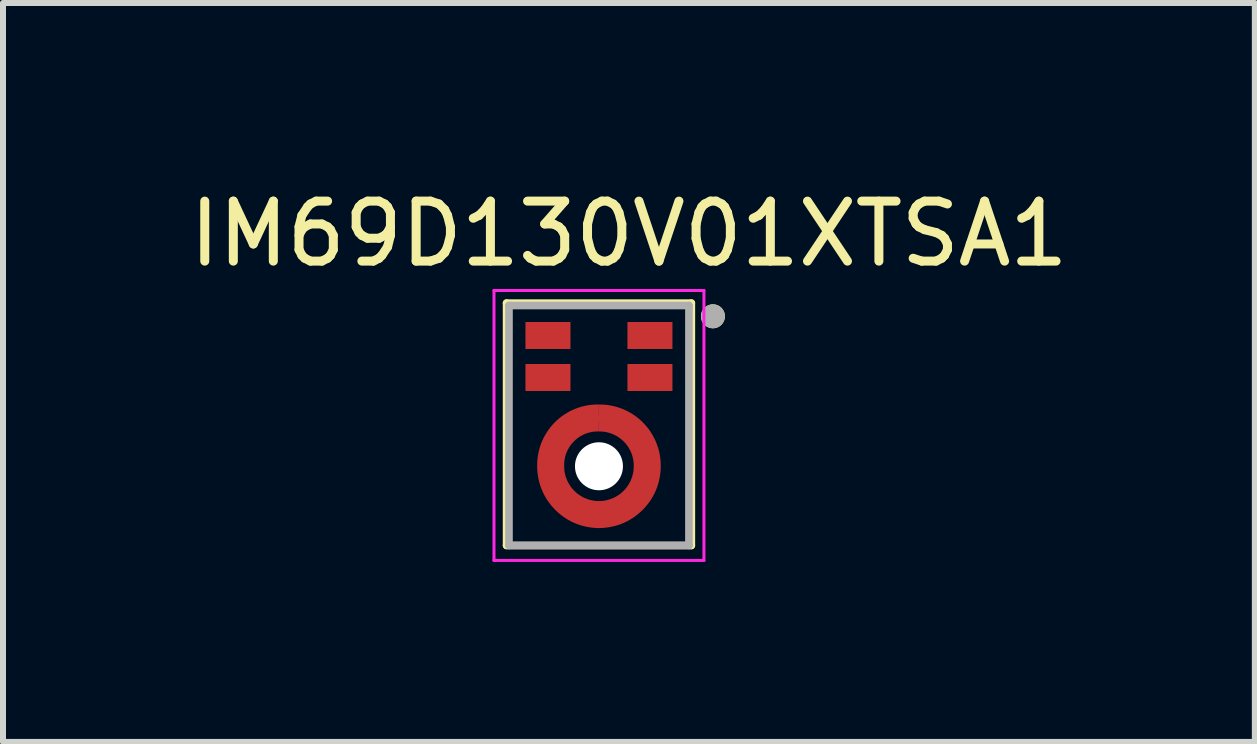
<source format=kicad_pcb>
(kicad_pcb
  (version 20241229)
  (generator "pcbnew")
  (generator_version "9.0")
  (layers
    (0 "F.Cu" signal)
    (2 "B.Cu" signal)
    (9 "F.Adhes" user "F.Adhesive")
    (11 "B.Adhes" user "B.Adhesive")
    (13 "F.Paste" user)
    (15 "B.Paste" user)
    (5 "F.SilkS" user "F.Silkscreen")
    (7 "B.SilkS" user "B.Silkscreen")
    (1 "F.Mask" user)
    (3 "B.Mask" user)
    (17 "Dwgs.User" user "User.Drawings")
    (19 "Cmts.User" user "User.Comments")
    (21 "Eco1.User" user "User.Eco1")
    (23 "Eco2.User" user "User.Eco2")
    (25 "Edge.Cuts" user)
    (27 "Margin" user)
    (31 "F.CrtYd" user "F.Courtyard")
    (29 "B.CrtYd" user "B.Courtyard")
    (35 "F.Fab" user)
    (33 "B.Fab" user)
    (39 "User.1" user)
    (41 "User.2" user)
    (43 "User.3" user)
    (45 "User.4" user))
  (footprint "IM69D130V01XTSA1"
    (layer "F.Cu")
    (at 6.935 4.043)
    (property "Reference" "IM69D130V01XTSA1" (at 0.5 -3.195 0) (layer "F.SilkS") (effects (font (size 1 1) (thickness 0.15))))
    (attr through_hole)
    (fp_poly (pts (xy 0.001 0.1) (xy 0.001 -0.35) (xy 0.046 -0.349) (xy 0.099 -0.346) (xy 0.152 -0.34) (xy 0.205 -0.331) (xy 0.257 -0.32) (xy 0.309 -0.305) (xy 0.359 -0.289) (xy 0.409 -0.269) (xy 0.457 -0.247) (xy 0.505 -0.222) (xy 0.551 -0.195) (xy 0.595 -0.166) (xy 0.638 -0.134) (xy 0.679 -0.1) (xy 0.719 -0.064) (xy 0.756 -0.026) (xy 0.792 0.014) (xy 0.825 0.056) (xy 0.856 0.099) (xy 0.884 0.144) (xy 0.911 0.191) (xy 0.935 0.239) (xy 0.956 0.288) (xy 0.974 0.338) (xy 0.991 0.388) (xy 1.004 0.44) (xy 1.015 0.492) (xy 1.022 0.545) (xy 1.028 0.598) (xy 1.03 0.66) (xy 1.03 0.68) (xy 1.029 0.734) (xy 1.024 0.788) (xy 1.017 0.841) (xy 1.007 0.894) (xy 0.995 0.947) (xy 0.98 0.998) (xy 0.962 1.049) (xy 0.941 1.099) (xy 0.918 1.148) (xy 0.892 1.195) (xy 0.864 1.241) (xy 0.833 1.285) (xy 0.8 1.328) (xy 0.765 1.369) (xy 0.728 1.408) (xy 0.689 1.445) (xy 0.648 1.48) (xy 0.605 1.513) (xy 0.561 1.544) (xy 0.515 1.572) (xy 0.468 1.598) (xy 0.419 1.621) (xy 0.369 1.642) (xy 0.318 1.66) (xy 0.267 1.675) (xy 0.214 1.687) (xy 0.161 1.697) (xy 0.108 1.704) (xy 0.054 1.709) (xy 0 1.71) (xy -0.054 1.709) (xy -0.108 1.704) (xy -0.161 1.697) (xy -0.214 1.687) (xy -0.267 1.675) (xy -0.318 1.66) (xy -0.369 1.642) (xy -0.419 1.621) (xy -0.468 1.598) (xy -0.515 1.572) (xy -0.561 1.544) (xy -0.605 1.513) (xy -0.648 1.48) (xy -0.689 1.445) (xy -0.728 1.408) (xy -0.765 1.369) (xy -0.8 1.328) (xy -0.833 1.285) (xy -0.864 1.241) (xy -0.892 1.195) (xy -0.918 1.148) (xy -0.941 1.099) (xy -0.962 1.049) (xy -0.98 0.998) (xy -0.995 0.947) (xy -1.007 0.894) (xy -1.017 0.841) (xy -1.024 0.788) (xy -1.029 0.734) (xy -1.03 0.68) (xy -1.03 0.66) (xy -1.029 0.607) (xy -1.024 0.554) (xy -1.018 0.502) (xy -1.008 0.45) (xy -0.996 0.399) (xy -0.981 0.348) (xy -0.963 0.298) (xy -0.943 0.249) (xy -0.92 0.201) (xy -0.895 0.155) (xy -0.867 0.11) (xy -0.837 0.066) (xy -0.805 0.024) (xy -0.771 -0.016) (xy -0.734 -0.054) (xy -0.696 -0.091) (xy -0.656 -0.125) (xy -0.614 -0.157) (xy -0.57 -0.187) (xy -0.525 -0.215) (xy -0.479 -0.24) (xy -0.431 -0.263) (xy -0.382 -0.283) (xy -0.332 -0.301) (xy -0.281 -0.316) (xy -0.23 -0.328) (xy -0.178 -0.338) (xy -0.126 -0.344) (xy -0.073 -0.349) (xy -0.02 -0.35) (xy -0.001 -0.35) (xy -0.001 0.1) (xy -0.03 0.1) (xy -0.06 0.101) (xy -0.089 0.104) (xy -0.118 0.108) (xy -0.146 0.114) (xy -0.175 0.121) (xy -0.203 0.13) (xy -0.23 0.14) (xy -0.257 0.152) (xy -0.283 0.165) (xy -0.309 0.18) (xy -0.334 0.195) (xy -0.357 0.212) (xy -0.38 0.231) (xy -0.402 0.25) (xy -0.423 0.271) (xy -0.443 0.292) (xy -0.462 0.315) (xy -0.479 0.338) (xy -0.495 0.363) (xy -0.51 0.388) (xy -0.524 0.414) (xy -0.536 0.441) (xy -0.547 0.468) (xy -0.556 0.496) (xy -0.564 0.524) (xy -0.57 0.553) (xy -0.575 0.582) (xy -0.578 0.611) (xy -0.58 0.64) (xy -0.58 0.68) (xy -0.579 0.71) (xy -0.577 0.741) (xy -0.573 0.771) (xy -0.567 0.801) (xy -0.56 0.83) (xy -0.552 0.859) (xy -0.541 0.888) (xy -0.53 0.916) (xy -0.517 0.943) (xy -0.502 0.97) (xy -0.486 0.996) (xy -0.469 1.021) (xy -0.451 1.045) (xy -0.431 1.068) (xy -0.41 1.09) (xy -0.388 1.111) (xy -0.365 1.131) (xy -0.341 1.149) (xy -0.316 1.166) (xy -0.29 1.182) (xy -0.263 1.197) (xy -0.236 1.21) (xy -0.208 1.221) (xy -0.179 1.232) (xy -0.15 1.24) (xy -0.121 1.247) (xy -0.091 1.253) (xy -0.061 1.257) (xy -0.03 1.259) (xy 0 1.26) (xy 0.03 1.259) (xy 0.061 1.257) (xy 0.091 1.253) (xy 0.121 1.247) (xy 0.15 1.24) (xy 0.179 1.232) (xy 0.208 1.221) (xy 0.236 1.21) (xy 0.263 1.197) (xy 0.29 1.182) (xy 0.316 1.166) (xy 0.341 1.149) (xy 0.365 1.131) (xy 0.388 1.111) (xy 0.41 1.09) (xy 0.431 1.068) (xy 0.451 1.045) (xy 0.469 1.021) (xy 0.486 0.996) (xy 0.502 0.97) (xy 0.517 0.943) (xy 0.53 0.916) (xy 0.541 0.888) (xy 0.552 0.859) (xy 0.56 0.83) (xy 0.567 0.801) (xy 0.573 0.771) (xy 0.577 0.741) (xy 0.579 0.71) (xy 0.58 0.68) (xy 0.58 0.66) (xy 0.579 0.63) (xy 0.576 0.6) (xy 0.571 0.571) (xy 0.565 0.541) (xy 0.558 0.513) (xy 0.549 0.484) (xy 0.539 0.456) (xy 0.527 0.429) (xy 0.513 0.402) (xy 0.499 0.376) (xy 0.483 0.351) (xy 0.465 0.327) (xy 0.447 0.303) (xy 0.427 0.281) (xy 0.406 0.26) (xy 0.384 0.24) (xy 0.361 0.221) (xy 0.337 0.203) (xy 0.312 0.186) (xy 0.287 0.171) (xy 0.26 0.158) (xy 0.233 0.145) (xy 0.205 0.134) (xy 0.177 0.125) (xy 0.148 0.117) (xy 0.119 0.11) (xy 0.09 0.105) (xy 0.06 0.102) (xy 0.03 0.1) (xy 0.001 0.1)) (stroke (width 0.0001) (type solid)) (fill yes) (layer "F.Cu"))
    (fp_poly (pts (xy 0.001 0.1) (xy 0.001 -0.35) (xy 0.046 -0.349) (xy 0.099 -0.346) (xy 0.152 -0.34) (xy 0.205 -0.331) (xy 0.257 -0.32) (xy 0.309 -0.305) (xy 0.359 -0.289) (xy 0.409 -0.269) (xy 0.457 -0.247) (xy 0.505 -0.222) (xy 0.551 -0.195) (xy 0.595 -0.166) (xy 0.638 -0.134) (xy 0.679 -0.1) (xy 0.719 -0.064) (xy 0.756 -0.026) (xy 0.792 0.014) (xy 0.825 0.056) (xy 0.856 0.099) (xy 0.884 0.144) (xy 0.911 0.191) (xy 0.935 0.239) (xy 0.956 0.288) (xy 0.974 0.338) (xy 0.991 0.388) (xy 1.004 0.44) (xy 1.015 0.492) (xy 1.022 0.545) (xy 1.028 0.598) (xy 1.03 0.66) (xy 1.03 0.68) (xy 1.029 0.734) (xy 1.024 0.788) (xy 1.017 0.841) (xy 1.007 0.894) (xy 0.995 0.947) (xy 0.98 0.998) (xy 0.962 1.049) (xy 0.941 1.099) (xy 0.918 1.148) (xy 0.892 1.195) (xy 0.864 1.241) (xy 0.833 1.285) (xy 0.8 1.328) (xy 0.765 1.369) (xy 0.728 1.408) (xy 0.689 1.445) (xy 0.648 1.48) (xy 0.605 1.513) (xy 0.561 1.544) (xy 0.515 1.572) (xy 0.468 1.598) (xy 0.419 1.621) (xy 0.369 1.642) (xy 0.318 1.66) (xy 0.267 1.675) (xy 0.214 1.687) (xy 0.161 1.697) (xy 0.108 1.704) (xy 0.054 1.709) (xy 0 1.71) (xy -0.054 1.709) (xy -0.108 1.704) (xy -0.161 1.697) (xy -0.214 1.687) (xy -0.267 1.675) (xy -0.318 1.66) (xy -0.369 1.642) (xy -0.419 1.621) (xy -0.468 1.598) (xy -0.515 1.572) (xy -0.561 1.544) (xy -0.605 1.513) (xy -0.648 1.48) (xy -0.689 1.445) (xy -0.728 1.408) (xy -0.765 1.369) (xy -0.8 1.328) (xy -0.833 1.285) (xy -0.864 1.241) (xy -0.892 1.195) (xy -0.918 1.148) (xy -0.941 1.099) (xy -0.962 1.049) (xy -0.98 0.998) (xy -0.995 0.947) (xy -1.007 0.894) (xy -1.017 0.841) (xy -1.024 0.788) (xy -1.029 0.734) (xy -1.03 0.68) (xy -1.03 0.66) (xy -1.029 0.607) (xy -1.024 0.554) (xy -1.018 0.502) (xy -1.008 0.45) (xy -0.996 0.399) (xy -0.981 0.348) (xy -0.963 0.298) (xy -0.943 0.249) (xy -0.92 0.201) (xy -0.895 0.155) (xy -0.867 0.11) (xy -0.837 0.066) (xy -0.805 0.024) (xy -0.771 -0.016) (xy -0.734 -0.054) (xy -0.696 -0.091) (xy -0.656 -0.125) (xy -0.614 -0.157) (xy -0.57 -0.187) (xy -0.525 -0.215) (xy -0.479 -0.24) (xy -0.431 -0.263) (xy -0.382 -0.283) (xy -0.332 -0.301) (xy -0.281 -0.316) (xy -0.23 -0.328) (xy -0.178 -0.338) (xy -0.126 -0.344) (xy -0.073 -0.349) (xy -0.02 -0.35) (xy -0.001 -0.35) (xy -0.001 0.1) (xy -0.03 0.1) (xy -0.06 0.101) (xy -0.089 0.104) (xy -0.118 0.108) (xy -0.146 0.114) (xy -0.175 0.121) (xy -0.203 0.13) (xy -0.23 0.14) (xy -0.257 0.152) (xy -0.283 0.165) (xy -0.309 0.18) (xy -0.334 0.195) (xy -0.357 0.212) (xy -0.38 0.231) (xy -0.402 0.25) (xy -0.423 0.271) (xy -0.443 0.292) (xy -0.462 0.315) (xy -0.479 0.338) (xy -0.495 0.363) (xy -0.51 0.388) (xy -0.524 0.414) (xy -0.536 0.441) (xy -0.547 0.468) (xy -0.556 0.496) (xy -0.564 0.524) (xy -0.57 0.553) (xy -0.575 0.582) (xy -0.578 0.611) (xy -0.58 0.64) (xy -0.58 0.68) (xy -0.579 0.71) (xy -0.577 0.741) (xy -0.573 0.771) (xy -0.567 0.801) (xy -0.56 0.83) (xy -0.552 0.859) (xy -0.541 0.888) (xy -0.53 0.916) (xy -0.517 0.943) (xy -0.502 0.97) (xy -0.486 0.996) (xy -0.469 1.021) (xy -0.451 1.045) (xy -0.431 1.068) (xy -0.41 1.09) (xy -0.388 1.111) (xy -0.365 1.131) (xy -0.341 1.149) (xy -0.316 1.166) (xy -0.29 1.182) (xy -0.263 1.197) (xy -0.236 1.21) (xy -0.208 1.221) (xy -0.179 1.232) (xy -0.15 1.24) (xy -0.121 1.247) (xy -0.091 1.253) (xy -0.061 1.257) (xy -0.03 1.259) (xy 0 1.26) (xy 0.03 1.259) (xy 0.061 1.257) (xy 0.091 1.253) (xy 0.121 1.247) (xy 0.15 1.24) (xy 0.179 1.232) (xy 0.208 1.221) (xy 0.236 1.21) (xy 0.263 1.197) (xy 0.29 1.182) (xy 0.316 1.166) (xy 0.341 1.149) (xy 0.365 1.131) (xy 0.388 1.111) (xy 0.41 1.09) (xy 0.431 1.068) (xy 0.451 1.045) (xy 0.469 1.021) (xy 0.486 0.996) (xy 0.502 0.97) (xy 0.517 0.943) (xy 0.53 0.916) (xy 0.541 0.888) (xy 0.552 0.859) (xy 0.56 0.83) (xy 0.567 0.801) (xy 0.573 0.771) (xy 0.577 0.741) (xy 0.579 0.71) (xy 0.58 0.68) (xy 0.58 0.66) (xy 0.579 0.63) (xy 0.576 0.6) (xy 0.571 0.571) (xy 0.565 0.541) (xy 0.558 0.513) (xy 0.549 0.484) (xy 0.539 0.456) (xy 0.527 0.429) (xy 0.513 0.402) (xy 0.499 0.376) (xy 0.483 0.351) (xy 0.465 0.327) (xy 0.447 0.303) (xy 0.427 0.281) (xy 0.406 0.26) (xy 0.384 0.24) (xy 0.361 0.221) (xy 0.337 0.203) (xy 0.312 0.186) (xy 0.287 0.171) (xy 0.26 0.158) (xy 0.233 0.145) (xy 0.205 0.134) (xy 0.177 0.125) (xy 0.148 0.117) (xy 0.119 0.11) (xy 0.09 0.105) (xy 0.06 0.102) (xy 0.03 0.1) (xy 0.001 0.1)) (stroke (width 0.0001) (type solid)) (fill yes) (layer "F.Mask"))
    (fp_line (start -1.54 -2.04) (end 1.54 -2.04) (stroke (width 0.127) (type solid)) (layer "F.SilkS"))
    (fp_line (start -1.54 2) (end -1.54 -2.04) (stroke (width 0.127) (type solid)) (layer "F.SilkS"))
    (fp_line (start 1.54 -2.04) (end 1.54 2) (stroke (width 0.127) (type solid)) (layer "F.SilkS"))
    (fp_line (start 1.54 2) (end -1.54 2) (stroke (width 0.127) (type solid)) (layer "F.SilkS"))
    (fp_circle (center 1.9 -1.82) (end 2 -1.82) (stroke (width 0.2) (type solid)) (fill no) (layer "F.SilkS"))
    (fp_poly (pts (xy -0.75 -1.3) (xy -0.95 -1.3) (xy -0.971 -1.301) (xy -0.992 -1.304) (xy -1.012 -1.31) (xy -1.031 -1.317) (xy -1.05 -1.327) (xy -1.068 -1.338) (xy -1.084 -1.351) (xy -1.099 -1.366) (xy -1.112 -1.382) (xy -1.123 -1.4) (xy -1.133 -1.419) (xy -1.14 -1.438) (xy -1.146 -1.458) (xy -1.149 -1.479) (xy -1.15 -1.5) (xy -1.149 -1.521) (xy -1.146 -1.542) (xy -1.14 -1.562) (xy -1.133 -1.581) (xy -1.123 -1.6) (xy -1.112 -1.618) (xy -1.099 -1.634) (xy -1.084 -1.649) (xy -1.068 -1.662) (xy -1.05 -1.673) (xy -1.031 -1.683) (xy -1.012 -1.69) (xy -0.992 -1.696) (xy -0.971 -1.699) (xy -0.95 -1.7) (xy -0.75 -1.7) (xy -0.729 -1.699) (xy -0.708 -1.696) (xy -0.688 -1.69) (xy -0.669 -1.683) (xy -0.65 -1.673) (xy -0.632 -1.662) (xy -0.616 -1.649) (xy -0.601 -1.634) (xy -0.588 -1.618) (xy -0.577 -1.6) (xy -0.567 -1.581) (xy -0.56 -1.562) (xy -0.554 -1.542) (xy -0.551 -1.521) (xy -0.55 -1.5) (xy -0.551 -1.479) (xy -0.554 -1.458) (xy -0.56 -1.438) (xy -0.567 -1.419) (xy -0.577 -1.4) (xy -0.588 -1.382) (xy -0.601 -1.366) (xy -0.616 -1.351) (xy -0.632 -1.338) (xy -0.65 -1.327) (xy -0.669 -1.317) (xy -0.688 -1.31) (xy -0.708 -1.304) (xy -0.729 -1.301) (xy -0.75 -1.3)) (stroke (width 0.0001) (type solid)) (fill yes) (layer "F.Paste"))
    (fp_poly (pts (xy -0.75 -0.6) (xy -0.95 -0.6) (xy -0.971 -0.601) (xy -0.992 -0.604) (xy -1.012 -0.61) (xy -1.031 -0.617) (xy -1.05 -0.627) (xy -1.068 -0.638) (xy -1.084 -0.651) (xy -1.099 -0.666) (xy -1.112 -0.682) (xy -1.123 -0.7) (xy -1.133 -0.719) (xy -1.14 -0.738) (xy -1.146 -0.758) (xy -1.149 -0.779) (xy -1.15 -0.8) (xy -1.149 -0.821) (xy -1.146 -0.842) (xy -1.14 -0.862) (xy -1.133 -0.881) (xy -1.123 -0.9) (xy -1.112 -0.918) (xy -1.099 -0.934) (xy -1.084 -0.949) (xy -1.068 -0.962) (xy -1.05 -0.973) (xy -1.031 -0.983) (xy -1.012 -0.99) (xy -0.992 -0.996) (xy -0.971 -0.999) (xy -0.95 -1) (xy -0.75 -1) (xy -0.729 -0.999) (xy -0.708 -0.996) (xy -0.688 -0.99) (xy -0.669 -0.983) (xy -0.65 -0.973) (xy -0.632 -0.962) (xy -0.616 -0.949) (xy -0.601 -0.934) (xy -0.588 -0.918) (xy -0.577 -0.9) (xy -0.567 -0.881) (xy -0.56 -0.862) (xy -0.554 -0.842) (xy -0.551 -0.821) (xy -0.55 -0.8) (xy -0.551 -0.779) (xy -0.554 -0.758) (xy -0.56 -0.738) (xy -0.567 -0.719) (xy -0.577 -0.7) (xy -0.588 -0.682) (xy -0.601 -0.666) (xy -0.616 -0.651) (xy -0.632 -0.638) (xy -0.65 -0.627) (xy -0.669 -0.617) (xy -0.688 -0.61) (xy -0.708 -0.604) (xy -0.729 -0.601) (xy -0.75 -0.6)) (stroke (width 0.0001) (type solid)) (fill yes) (layer "F.Paste"))
    (fp_poly (pts (xy 0.95 -1.3) (xy 0.75 -1.3) (xy 0.729 -1.301) (xy 0.708 -1.304) (xy 0.688 -1.31) (xy 0.669 -1.317) (xy 0.65 -1.327) (xy 0.632 -1.338) (xy 0.616 -1.351) (xy 0.601 -1.366) (xy 0.588 -1.382) (xy 0.577 -1.4) (xy 0.567 -1.419) (xy 0.56 -1.438) (xy 0.554 -1.458) (xy 0.551 -1.479) (xy 0.55 -1.5) (xy 0.551 -1.521) (xy 0.554 -1.542) (xy 0.56 -1.562) (xy 0.567 -1.581) (xy 0.577 -1.6) (xy 0.588 -1.618) (xy 0.601 -1.634) (xy 0.616 -1.649) (xy 0.632 -1.662) (xy 0.65 -1.673) (xy 0.669 -1.683) (xy 0.688 -1.69) (xy 0.708 -1.696) (xy 0.729 -1.699) (xy 0.75 -1.7) (xy 0.95 -1.7) (xy 0.971 -1.699) (xy 0.992 -1.696) (xy 1.012 -1.69) (xy 1.031 -1.683) (xy 1.05 -1.673) (xy 1.068 -1.662) (xy 1.084 -1.649) (xy 1.099 -1.634) (xy 1.112 -1.618) (xy 1.123 -1.6) (xy 1.133 -1.581) (xy 1.14 -1.562) (xy 1.146 -1.542) (xy 1.149 -1.521) (xy 1.15 -1.5) (xy 1.149 -1.479) (xy 1.146 -1.458) (xy 1.14 -1.438) (xy 1.133 -1.419) (xy 1.123 -1.4) (xy 1.112 -1.382) (xy 1.099 -1.366) (xy 1.084 -1.351) (xy 1.068 -1.338) (xy 1.05 -1.327) (xy 1.031 -1.317) (xy 1.012 -1.31) (xy 0.992 -1.304) (xy 0.971 -1.301) (xy 0.95 -1.3)) (stroke (width 0.0001) (type solid)) (fill yes) (layer "F.Paste"))
    (fp_poly (pts (xy 0.95 -0.6) (xy 0.75 -0.6) (xy 0.729 -0.601) (xy 0.708 -0.604) (xy 0.688 -0.61) (xy 0.669 -0.617) (xy 0.65 -0.627) (xy 0.632 -0.638) (xy 0.616 -0.651) (xy 0.601 -0.666) (xy 0.588 -0.682) (xy 0.577 -0.7) (xy 0.567 -0.719) (xy 0.56 -0.738) (xy 0.554 -0.758) (xy 0.551 -0.779) (xy 0.55 -0.8) (xy 0.551 -0.821) (xy 0.554 -0.842) (xy 0.56 -0.862) (xy 0.567 -0.881) (xy 0.577 -0.9) (xy 0.588 -0.918) (xy 0.601 -0.934) (xy 0.616 -0.949) (xy 0.632 -0.962) (xy 0.65 -0.973) (xy 0.669 -0.983) (xy 0.688 -0.99) (xy 0.708 -0.996) (xy 0.729 -0.999) (xy 0.75 -1) (xy 0.95 -1) (xy 0.971 -0.999) (xy 0.992 -0.996) (xy 1.012 -0.99) (xy 1.031 -0.983) (xy 1.05 -0.973) (xy 1.068 -0.962) (xy 1.084 -0.949) (xy 1.099 -0.934) (xy 1.112 -0.918) (xy 1.123 -0.9) (xy 1.133 -0.881) (xy 1.14 -0.862) (xy 1.146 -0.842) (xy 1.149 -0.821) (xy 1.15 -0.8) (xy 1.149 -0.779) (xy 1.146 -0.758) (xy 1.14 -0.738) (xy 1.133 -0.719) (xy 1.123 -0.7) (xy 1.112 -0.682) (xy 1.099 -0.666) (xy 1.084 -0.651) (xy 1.068 -0.638) (xy 1.05 -0.627) (xy 1.031 -0.617) (xy 1.012 -0.61) (xy 0.992 -0.604) (xy 0.971 -0.601) (xy 0.95 -0.6)) (stroke (width 0.0001) (type solid)) (fill yes) (layer "F.Paste"))
    (fp_poly (pts (xy -0.36 -0.11) (xy -0.36 -0.121) (xy -0.359 -0.132) (xy -0.357 -0.143) (xy -0.355 -0.154) (xy -0.353 -0.164) (xy -0.35 -0.175) (xy -0.346 -0.185) (xy -0.342 -0.195) (xy -0.337 -0.205) (xy -0.332 -0.215) (xy -0.326 -0.224) (xy -0.32 -0.233) (xy -0.313 -0.242) (xy -0.306 -0.251) (xy -0.298 -0.258) (xy -0.291 -0.266) (xy -0.282 -0.273) (xy -0.273 -0.28) (xy -0.264 -0.286) (xy -0.255 -0.292) (xy -0.245 -0.297) (xy -0.235 -0.302) (xy -0.225 -0.306) (xy -0.215 -0.31) (xy -0.204 -0.313) (xy -0.194 -0.315) (xy -0.183 -0.317) (xy -0.172 -0.319) (xy -0.161 -0.32) (xy -0.15 -0.32) (xy 0.15 -0.32) (xy 0.161 -0.32) (xy 0.172 -0.319) (xy 0.183 -0.317) (xy 0.194 -0.315) (xy 0.204 -0.313) (xy 0.215 -0.31) (xy 0.225 -0.306) (xy 0.235 -0.302) (xy 0.245 -0.297) (xy 0.255 -0.292) (xy 0.264 -0.286) (xy 0.273 -0.28) (xy 0.282 -0.273) (xy 0.291 -0.266) (xy 0.298 -0.258) (xy 0.306 -0.251) (xy 0.313 -0.242) (xy 0.32 -0.233) (xy 0.326 -0.224) (xy 0.332 -0.215) (xy 0.337 -0.205) (xy 0.342 -0.195) (xy 0.346 -0.185) (xy 0.35 -0.175) (xy 0.353 -0.164) (xy 0.355 -0.154) (xy 0.357 -0.143) (xy 0.359 -0.132) (xy 0.36 -0.121) (xy 0.36 -0.11) (xy 0.36 -0.099) (xy 0.359 -0.088) (xy 0.357 -0.077) (xy 0.355 -0.066) (xy 0.353 -0.056) (xy 0.35 -0.045) (xy 0.346 -0.035) (xy 0.342 -0.025) (xy 0.337 -0.015) (xy 0.332 -0.005) (xy 0.326 0.004) (xy 0.32 0.013) (xy 0.313 0.022) (xy 0.306 0.031) (xy 0.298 0.038) (xy 0.291 0.046) (xy 0.282 0.053) (xy 0.273 0.06) (xy 0.264 0.066) (xy 0.255 0.072) (xy 0.245 0.077) (xy 0.235 0.082) (xy 0.225 0.086) (xy 0.215 0.09) (xy 0.204 0.093) (xy 0.194 0.095) (xy 0.183 0.097) (xy 0.172 0.099) (xy 0.161 0.1) (xy 0.15 0.1) (xy 0.14 0.1) (xy 0.135 0.098) (xy 0.13 0.097) (xy 0.126 0.096) (xy 0.121 0.094) (xy 0.116 0.093) (xy 0.112 0.092) (xy 0.107 0.091) (xy 0.103 0.09) (xy 0.098 0.089) (xy 0.093 0.088) (xy 0.089 0.087) (xy 0.084 0.086) (xy 0.079 0.085) (xy 0.075 0.084) (xy 0.07 0.084) (xy 0.065 0.083) (xy 0.061 0.083) (xy 0.056 0.082) (xy 0.051 0.082) (xy 0.046 0.081) (xy 0.042 0.081) (xy 0.037 0.08) (xy 0.032 0.08) (xy 0.027 0.08) (xy 0.023 0.08) (xy 0.018 0.08) (xy 0.013 0.08) (xy 0.009 0.08) (xy 0.004 0.08) (xy 0 0.08) (xy -0.004 0.08) (xy -0.009 0.08) (xy -0.013 0.08) (xy -0.018 0.08) (xy -0.023 0.08) (xy -0.027 0.08) (xy -0.032 0.08) (xy -0.037 0.08) (xy -0.042 0.081) (xy -0.046 0.081) (xy -0.051 0.082) (xy -0.056 0.082) (xy -0.061 0.083) (xy -0.065 0.083) (xy -0.07 0.084) (xy -0.075 0.084) (xy -0.079 0.085) (xy -0.084 0.086) (xy -0.089 0.087) (xy -0.093 0.088) (xy -0.098 0.089) (xy -0.103 0.09) (xy -0.107 0.091) (xy -0.112 0.092) (xy -0.116 0.093) (xy -0.121 0.094) (xy -0.126 0.096) (xy -0.13 0.097) (xy -0.135 0.098) (xy -0.14 0.1) (xy -0.15 0.1) (xy -0.161 0.1) (xy -0.172 0.099) (xy -0.183 0.097) (xy -0.194 0.095) (xy -0.204 0.093) (xy -0.215 0.09) (xy -0.225 0.086) (xy -0.235 0.082) (xy -0.245 0.077) (xy -0.255 0.072) (xy -0.264 0.066) (xy -0.273 0.06) (xy -0.282 0.053) (xy -0.291 0.046) (xy -0.298 0.038) (xy -0.306 0.031) (xy -0.313 0.022) (xy -0.32 0.013) (xy -0.326 0.004) (xy -0.332 -0.005) (xy -0.337 -0.015) (xy -0.342 -0.025) (xy -0.346 -0.035) (xy -0.35 -0.045) (xy -0.353 -0.056) (xy -0.355 -0.066) (xy -0.357 -0.077) (xy -0.359 -0.088) (xy -0.36 -0.099) (xy -0.36 -0.11)) (stroke (width 0.001) (type solid)) (fill yes) (layer "F.Paste"))
    (fp_poly (pts (xy 0.36 1.47) (xy 0.36 1.481) (xy 0.359 1.492) (xy 0.357 1.503) (xy 0.355 1.514) (xy 0.353 1.524) (xy 0.35 1.535) (xy 0.346 1.545) (xy 0.342 1.555) (xy 0.337 1.565) (xy 0.332 1.575) (xy 0.326 1.584) (xy 0.32 1.593) (xy 0.313 1.602) (xy 0.306 1.611) (xy 0.298 1.618) (xy 0.291 1.626) (xy 0.282 1.633) (xy 0.273 1.64) (xy 0.264 1.646) (xy 0.255 1.652) (xy 0.245 1.657) (xy 0.235 1.662) (xy 0.225 1.666) (xy 0.215 1.67) (xy 0.204 1.673) (xy 0.194 1.675) (xy 0.183 1.677) (xy 0.172 1.679) (xy 0.161 1.68) (xy 0.15 1.68) (xy -0.15 1.68) (xy -0.161 1.68) (xy -0.172 1.679) (xy -0.183 1.677) (xy -0.194 1.675) (xy -0.204 1.673) (xy -0.215 1.67) (xy -0.225 1.666) (xy -0.235 1.662) (xy -0.245 1.657) (xy -0.255 1.652) (xy -0.264 1.646) (xy -0.273 1.64) (xy -0.282 1.633) (xy -0.291 1.626) (xy -0.298 1.618) (xy -0.306 1.611) (xy -0.313 1.602) (xy -0.32 1.593) (xy -0.326 1.584) (xy -0.332 1.575) (xy -0.337 1.565) (xy -0.342 1.555) (xy -0.346 1.545) (xy -0.35 1.535) (xy -0.353 1.524) (xy -0.355 1.514) (xy -0.357 1.503) (xy -0.359 1.492) (xy -0.36 1.481) (xy -0.36 1.47) (xy -0.36 1.459) (xy -0.359 1.448) (xy -0.357 1.437) (xy -0.355 1.426) (xy -0.353 1.416) (xy -0.35 1.405) (xy -0.346 1.395) (xy -0.342 1.385) (xy -0.337 1.375) (xy -0.332 1.365) (xy -0.326 1.356) (xy -0.32 1.347) (xy -0.313 1.338) (xy -0.306 1.329) (xy -0.298 1.322) (xy -0.291 1.314) (xy -0.282 1.307) (xy -0.273 1.3) (xy -0.264 1.294) (xy -0.255 1.288) (xy -0.245 1.283) (xy -0.235 1.278) (xy -0.225 1.274) (xy -0.215 1.27) (xy -0.204 1.267) (xy -0.194 1.265) (xy -0.183 1.263) (xy -0.172 1.261) (xy -0.161 1.26) (xy -0.15 1.26) (xy -0.14 1.26) (xy -0.135 1.262) (xy -0.13 1.263) (xy -0.126 1.264) (xy -0.121 1.266) (xy -0.116 1.267) (xy -0.112 1.268) (xy -0.107 1.269) (xy -0.103 1.27) (xy -0.098 1.271) (xy -0.093 1.272) (xy -0.089 1.273) (xy -0.084 1.274) (xy -0.079 1.275) (xy -0.075 1.276) (xy -0.07 1.276) (xy -0.065 1.277) (xy -0.061 1.277) (xy -0.056 1.278) (xy -0.051 1.278) (xy -0.046 1.279) (xy -0.042 1.279) (xy -0.037 1.28) (xy -0.032 1.28) (xy -0.027 1.28) (xy -0.023 1.28) (xy -0.018 1.28) (xy -0.013 1.28) (xy -0.009 1.28) (xy -0.004 1.28) (xy 0 1.28) (xy 0.004 1.28) (xy 0.009 1.28) (xy 0.013 1.28) (xy 0.018 1.28) (xy 0.023 1.28) (xy 0.027 1.28) (xy 0.032 1.28) (xy 0.037 1.28) (xy 0.042 1.279) (xy 0.046 1.279) (xy 0.051 1.278) (xy 0.056 1.278) (xy 0.061 1.277) (xy 0.065 1.277) (xy 0.07 1.276) (xy 0.075 1.276) (xy 0.079 1.275) (xy 0.084 1.274) (xy 0.089 1.273) (xy 0.093 1.272) (xy 0.098 1.271) (xy 0.103 1.27) (xy 0.107 1.269) (xy 0.112 1.268) (xy 0.116 1.267) (xy 0.121 1.266) (xy 0.126 1.264) (xy 0.13 1.263) (xy 0.135 1.262) (xy 0.14 1.26) (xy 0.15 1.26) (xy 0.161 1.26) (xy 0.172 1.261) (xy 0.183 1.263) (xy 0.194 1.265) (xy 0.204 1.267) (xy 0.215 1.27) (xy 0.225 1.274) (xy 0.235 1.278) (xy 0.245 1.283) (xy 0.255 1.288) (xy 0.264 1.294) (xy 0.273 1.3) (xy 0.282 1.307) (xy 0.291 1.314) (xy 0.298 1.322) (xy 0.306 1.329) (xy 0.313 1.338) (xy 0.32 1.347) (xy 0.326 1.356) (xy 0.332 1.365) (xy 0.337 1.375) (xy 0.342 1.385) (xy 0.346 1.395) (xy 0.35 1.405) (xy 0.353 1.416) (xy 0.355 1.426) (xy 0.357 1.437) (xy 0.359 1.448) (xy 0.36 1.459) (xy 0.36 1.47)) (stroke (width 0.001) (type solid)) (fill yes) (layer "F.Paste"))
    (fp_poly (pts (xy -0.864 0.597) (xy -0.874 0.591) (xy -0.883 0.585) (xy -0.891 0.578) (xy -0.9 0.571) (xy -0.908 0.563) (xy -0.915 0.555) (xy -0.922 0.547) (xy -0.929 0.538) (xy -0.935 0.529) (xy -0.941 0.52) (xy -0.946 0.51) (xy -0.951 0.5) (xy -0.955 0.49) (xy -0.959 0.48) (xy -0.962 0.469) (xy -0.965 0.459) (xy -0.967 0.448) (xy -0.968 0.437) (xy -0.969 0.426) (xy -0.969 0.415) (xy -0.969 0.404) (xy -0.968 0.393) (xy -0.967 0.382) (xy -0.965 0.371) (xy -0.962 0.361) (xy -0.959 0.35) (xy -0.955 0.34) (xy -0.951 0.329) (xy -0.946 0.32) (xy -0.941 0.31) (xy -0.866 0.18) (xy -0.791 0.05) (xy -0.785 0.041) (xy -0.779 0.032) (xy -0.772 0.023) (xy -0.765 0.015) (xy -0.758 0.007) (xy -0.75 -0.001) (xy -0.741 -0.008) (xy -0.733 -0.015) (xy -0.724 -0.021) (xy -0.714 -0.027) (xy -0.704 -0.032) (xy -0.695 -0.037) (xy -0.684 -0.041) (xy -0.674 -0.045) (xy -0.664 -0.048) (xy -0.653 -0.05) (xy -0.642 -0.052) (xy -0.631 -0.054) (xy -0.62 -0.055) (xy -0.609 -0.055) (xy -0.598 -0.055) (xy -0.587 -0.054) (xy -0.576 -0.052) (xy -0.565 -0.05) (xy -0.555 -0.048) (xy -0.544 -0.045) (xy -0.534 -0.041) (xy -0.524 -0.037) (xy -0.514 -0.032) (xy -0.504 -0.027) (xy -0.495 -0.021) (xy -0.486 -0.015) (xy -0.477 -0.008) (xy -0.469 -0.001) (xy -0.461 0.007) (xy -0.453 0.015) (xy -0.446 0.023) (xy -0.439 0.032) (xy -0.433 0.041) (xy -0.427 0.05) (xy -0.422 0.06) (xy -0.417 0.07) (xy -0.413 0.08) (xy -0.409 0.09) (xy -0.406 0.101) (xy -0.404 0.111) (xy -0.402 0.122) (xy -0.4 0.133) (xy -0.399 0.144) (xy -0.399 0.155) (xy -0.399 0.166) (xy -0.4 0.177) (xy -0.402 0.188) (xy -0.404 0.199) (xy -0.406 0.209) (xy -0.409 0.22) (xy -0.413 0.23) (xy -0.417 0.241) (xy -0.422 0.25) (xy -0.427 0.26) (xy -0.432 0.269) (xy -0.436 0.273) (xy -0.44 0.276) (xy -0.443 0.279) (xy -0.447 0.282) (xy -0.45 0.286) (xy -0.453 0.289) (xy -0.457 0.293) (xy -0.46 0.296) (xy -0.463 0.3) (xy -0.466 0.303) (xy -0.469 0.307) (xy -0.472 0.31) (xy -0.475 0.314) (xy -0.478 0.318) (xy -0.481 0.321) (xy -0.484 0.325) (xy -0.487 0.329) (xy -0.49 0.333) (xy -0.493 0.336) (xy -0.495 0.34) (xy -0.498 0.344) (xy -0.501 0.348) (xy -0.503 0.352) (xy -0.506 0.356) (xy -0.508 0.36) (xy -0.511 0.364) (xy -0.513 0.368) (xy -0.516 0.373) (xy -0.518 0.377) (xy -0.52 0.38) (xy -0.522 0.383) (xy -0.524 0.387) (xy -0.526 0.391) (xy -0.529 0.396) (xy -0.531 0.4) (xy -0.533 0.404) (xy -0.536 0.408) (xy -0.538 0.412) (xy -0.54 0.416) (xy -0.542 0.421) (xy -0.544 0.425) (xy -0.546 0.429) (xy -0.548 0.434) (xy -0.55 0.438) (xy -0.551 0.442) (xy -0.553 0.447) (xy -0.555 0.451) (xy -0.556 0.456) (xy -0.558 0.46) (xy -0.56 0.465) (xy -0.561 0.469) (xy -0.563 0.474) (xy -0.564 0.478) (xy -0.565 0.483) (xy -0.567 0.487) (xy -0.568 0.492) (xy -0.569 0.496) (xy -0.57 0.501) (xy -0.571 0.506) (xy -0.572 0.511) (xy -0.577 0.52) (xy -0.583 0.529) (xy -0.589 0.538) (xy -0.596 0.547) (xy -0.603 0.555) (xy -0.611 0.563) (xy -0.619 0.571) (xy -0.627 0.578) (xy -0.636 0.585) (xy -0.645 0.591) (xy -0.654 0.597) (xy -0.664 0.602) (xy -0.674 0.607) (xy -0.684 0.611) (xy -0.694 0.615) (xy -0.705 0.618) (xy -0.715 0.62) (xy -0.726 0.622) (xy -0.737 0.624) (xy -0.748 0.625) (xy -0.759 0.625) (xy -0.77 0.625) (xy -0.781 0.624) (xy -0.792 0.622) (xy -0.803 0.62) (xy -0.814 0.618) (xy -0.824 0.615) (xy -0.834 0.611) (xy -0.845 0.607) (xy -0.854 0.602) (xy -0.864 0.597)) (stroke (width 0.001) (type solid)) (fill yes) (layer "F.Paste"))
    (fp_poly (pts (xy -0.504 1.387) (xy -0.514 1.392) (xy -0.524 1.397) (xy -0.534 1.401) (xy -0.544 1.405) (xy -0.555 1.408) (xy -0.565 1.41) (xy -0.576 1.412) (xy -0.587 1.414) (xy -0.598 1.415) (xy -0.609 1.415) (xy -0.62 1.415) (xy -0.631 1.414) (xy -0.642 1.412) (xy -0.653 1.41) (xy -0.664 1.408) (xy -0.674 1.405) (xy -0.684 1.401) (xy -0.695 1.397) (xy -0.704 1.392) (xy -0.714 1.387) (xy -0.724 1.381) (xy -0.733 1.375) (xy -0.741 1.368) (xy -0.75 1.361) (xy -0.758 1.353) (xy -0.765 1.345) (xy -0.772 1.337) (xy -0.779 1.328) (xy -0.785 1.319) (xy -0.791 1.31) (xy -0.866 1.18) (xy -0.941 1.05) (xy -0.946 1.04) (xy -0.951 1.031) (xy -0.955 1.02) (xy -0.959 1.01) (xy -0.962 0.999) (xy -0.965 0.989) (xy -0.967 0.978) (xy -0.968 0.967) (xy -0.969 0.956) (xy -0.969 0.945) (xy -0.969 0.934) (xy -0.968 0.923) (xy -0.967 0.912) (xy -0.965 0.901) (xy -0.962 0.891) (xy -0.959 0.88) (xy -0.955 0.87) (xy -0.951 0.86) (xy -0.946 0.85) (xy -0.941 0.84) (xy -0.935 0.831) (xy -0.929 0.822) (xy -0.922 0.813) (xy -0.915 0.805) (xy -0.908 0.797) (xy -0.9 0.789) (xy -0.891 0.782) (xy -0.883 0.775) (xy -0.874 0.769) (xy -0.864 0.763) (xy -0.854 0.758) (xy -0.845 0.753) (xy -0.834 0.749) (xy -0.824 0.745) (xy -0.814 0.742) (xy -0.803 0.74) (xy -0.792 0.738) (xy -0.781 0.736) (xy -0.77 0.735) (xy -0.759 0.735) (xy -0.748 0.735) (xy -0.737 0.736) (xy -0.726 0.738) (xy -0.715 0.74) (xy -0.705 0.742) (xy -0.694 0.745) (xy -0.684 0.749) (xy -0.674 0.753) (xy -0.664 0.758) (xy -0.654 0.763) (xy -0.645 0.769) (xy -0.636 0.775) (xy -0.627 0.782) (xy -0.619 0.789) (xy -0.611 0.797) (xy -0.603 0.805) (xy -0.596 0.813) (xy -0.589 0.822) (xy -0.583 0.831) (xy -0.577 0.84) (xy -0.572 0.849) (xy -0.571 0.854) (xy -0.57 0.859) (xy -0.569 0.864) (xy -0.568 0.868) (xy -0.567 0.873) (xy -0.565 0.877) (xy -0.564 0.882) (xy -0.563 0.886) (xy -0.561 0.891) (xy -0.56 0.895) (xy -0.558 0.9) (xy -0.556 0.904) (xy -0.555 0.909) (xy -0.553 0.913) (xy -0.551 0.918) (xy -0.55 0.922) (xy -0.548 0.926) (xy -0.546 0.931) (xy -0.544 0.935) (xy -0.542 0.939) (xy -0.54 0.943) (xy -0.538 0.948) (xy -0.536 0.952) (xy -0.533 0.956) (xy -0.531 0.96) (xy -0.529 0.964) (xy -0.526 0.969) (xy -0.524 0.973) (xy -0.522 0.977) (xy -0.52 0.98) (xy -0.518 0.983) (xy -0.516 0.987) (xy -0.513 0.992) (xy -0.511 0.996) (xy -0.508 1) (xy -0.506 1.004) (xy -0.503 1.008) (xy -0.501 1.012) (xy -0.498 1.016) (xy -0.495 1.02) (xy -0.493 1.024) (xy -0.49 1.027) (xy -0.487 1.031) (xy -0.484 1.035) (xy -0.481 1.039) (xy -0.478 1.042) (xy -0.475 1.046) (xy -0.472 1.05) (xy -0.469 1.053) (xy -0.466 1.057) (xy -0.463 1.06) (xy -0.46 1.064) (xy -0.457 1.067) (xy -0.453 1.071) (xy -0.45 1.074) (xy -0.447 1.078) (xy -0.443 1.081) (xy -0.44 1.084) (xy -0.436 1.087) (xy -0.432 1.091) (xy -0.427 1.1) (xy -0.422 1.11) (xy -0.417 1.119) (xy -0.413 1.13) (xy -0.409 1.14) (xy -0.406 1.151) (xy -0.404 1.161) (xy -0.402 1.172) (xy -0.4 1.183) (xy -0.399 1.194) (xy -0.399 1.205) (xy -0.399 1.216) (xy -0.4 1.227) (xy -0.402 1.238) (xy -0.404 1.249) (xy -0.406 1.259) (xy -0.409 1.27) (xy -0.413 1.28) (xy -0.417 1.29) (xy -0.422 1.3) (xy -0.427 1.31) (xy -0.433 1.319) (xy -0.439 1.328) (xy -0.446 1.337) (xy -0.453 1.345) (xy -0.461 1.353) (xy -0.469 1.361) (xy -0.477 1.368) (xy -0.486 1.375) (xy -0.495 1.381) (xy -0.504 1.387)) (stroke (width 0.001) (type solid)) (fill yes) (layer "F.Paste"))
    (fp_poly (pts (xy 0.504 -0.027) (xy 0.514 -0.032) (xy 0.524 -0.037) (xy 0.534 -0.041) (xy 0.544 -0.045) (xy 0.555 -0.048) (xy 0.565 -0.05) (xy 0.576 -0.052) (xy 0.587 -0.054) (xy 0.598 -0.055) (xy 0.609 -0.055) (xy 0.62 -0.055) (xy 0.631 -0.054) (xy 0.642 -0.052) (xy 0.653 -0.05) (xy 0.664 -0.048) (xy 0.674 -0.045) (xy 0.684 -0.041) (xy 0.695 -0.037) (xy 0.704 -0.032) (xy 0.714 -0.027) (xy 0.724 -0.021) (xy 0.733 -0.015) (xy 0.741 -0.008) (xy 0.75 -0.001) (xy 0.758 0.007) (xy 0.765 0.015) (xy 0.772 0.023) (xy 0.779 0.032) (xy 0.785 0.041) (xy 0.791 0.05) (xy 0.866 0.18) (xy 0.941 0.31) (xy 0.946 0.32) (xy 0.951 0.329) (xy 0.955 0.34) (xy 0.959 0.35) (xy 0.962 0.361) (xy 0.965 0.371) (xy 0.967 0.382) (xy 0.968 0.393) (xy 0.969 0.404) (xy 0.969 0.415) (xy 0.969 0.426) (xy 0.968 0.437) (xy 0.967 0.448) (xy 0.965 0.459) (xy 0.962 0.469) (xy 0.959 0.48) (xy 0.955 0.49) (xy 0.951 0.5) (xy 0.946 0.51) (xy 0.941 0.52) (xy 0.935 0.529) (xy 0.929 0.538) (xy 0.922 0.547) (xy 0.915 0.555) (xy 0.908 0.563) (xy 0.9 0.571) (xy 0.891 0.578) (xy 0.883 0.585) (xy 0.874 0.591) (xy 0.864 0.597) (xy 0.854 0.602) (xy 0.845 0.607) (xy 0.834 0.611) (xy 0.824 0.615) (xy 0.814 0.618) (xy 0.803 0.62) (xy 0.792 0.622) (xy 0.781 0.624) (xy 0.77 0.625) (xy 0.759 0.625) (xy 0.748 0.625) (xy 0.737 0.624) (xy 0.726 0.622) (xy 0.715 0.62) (xy 0.705 0.618) (xy 0.694 0.615) (xy 0.684 0.611) (xy 0.674 0.607) (xy 0.664 0.602) (xy 0.654 0.597) (xy 0.645 0.591) (xy 0.636 0.585) (xy 0.627 0.578) (xy 0.619 0.571) (xy 0.611 0.563) (xy 0.603 0.555) (xy 0.596 0.547) (xy 0.589 0.538) (xy 0.583 0.529) (xy 0.577 0.52) (xy 0.572 0.511) (xy 0.571 0.506) (xy 0.57 0.501) (xy 0.569 0.496) (xy 0.568 0.492) (xy 0.567 0.487) (xy 0.565 0.483) (xy 0.564 0.478) (xy 0.563 0.474) (xy 0.561 0.469) (xy 0.56 0.465) (xy 0.558 0.46) (xy 0.556 0.456) (xy 0.555 0.451) (xy 0.553 0.447) (xy 0.551 0.442) (xy 0.55 0.438) (xy 0.548 0.434) (xy 0.546 0.429) (xy 0.544 0.425) (xy 0.542 0.421) (xy 0.54 0.417) (xy 0.538 0.412) (xy 0.536 0.408) (xy 0.533 0.404) (xy 0.531 0.4) (xy 0.529 0.396) (xy 0.526 0.391) (xy 0.524 0.387) (xy 0.522 0.383) (xy 0.52 0.38) (xy 0.518 0.377) (xy 0.515 0.373) (xy 0.513 0.368) (xy 0.511 0.364) (xy 0.508 0.36) (xy 0.506 0.356) (xy 0.503 0.352) (xy 0.501 0.348) (xy 0.498 0.344) (xy 0.495 0.34) (xy 0.493 0.336) (xy 0.49 0.333) (xy 0.487 0.329) (xy 0.484 0.325) (xy 0.481 0.321) (xy 0.478 0.318) (xy 0.475 0.314) (xy 0.472 0.31) (xy 0.469 0.307) (xy 0.466 0.303) (xy 0.463 0.3) (xy 0.46 0.296) (xy 0.457 0.293) (xy 0.453 0.289) (xy 0.45 0.286) (xy 0.447 0.282) (xy 0.443 0.279) (xy 0.44 0.276) (xy 0.436 0.273) (xy 0.432 0.269) (xy 0.427 0.26) (xy 0.422 0.25) (xy 0.417 0.241) (xy 0.413 0.23) (xy 0.409 0.22) (xy 0.406 0.209) (xy 0.404 0.199) (xy 0.402 0.188) (xy 0.4 0.177) (xy 0.399 0.166) (xy 0.399 0.155) (xy 0.399 0.144) (xy 0.4 0.133) (xy 0.402 0.122) (xy 0.404 0.111) (xy 0.406 0.101) (xy 0.409 0.09) (xy 0.413 0.08) (xy 0.417 0.07) (xy 0.422 0.06) (xy 0.427 0.05) (xy 0.433 0.041) (xy 0.439 0.032) (xy 0.446 0.023) (xy 0.453 0.015) (xy 0.461 0.007) (xy 0.469 -0.001) (xy 0.477 -0.008) (xy 0.486 -0.015) (xy 0.495 -0.021) (xy 0.504 -0.027)) (stroke (width 0.001) (type solid)) (fill yes) (layer "F.Paste"))
    (fp_poly (pts (xy 0.864 0.763) (xy 0.874 0.769) (xy 0.883 0.775) (xy 0.891 0.782) (xy 0.9 0.789) (xy 0.908 0.797) (xy 0.915 0.805) (xy 0.922 0.813) (xy 0.929 0.822) (xy 0.935 0.831) (xy 0.941 0.84) (xy 0.946 0.85) (xy 0.951 0.86) (xy 0.955 0.87) (xy 0.959 0.88) (xy 0.962 0.891) (xy 0.965 0.901) (xy 0.967 0.912) (xy 0.968 0.923) (xy 0.969 0.934) (xy 0.969 0.945) (xy 0.969 0.956) (xy 0.968 0.967) (xy 0.967 0.978) (xy 0.965 0.989) (xy 0.962 0.999) (xy 0.959 1.01) (xy 0.955 1.02) (xy 0.951 1.031) (xy 0.946 1.04) (xy 0.941 1.05) (xy 0.866 1.18) (xy 0.791 1.31) (xy 0.785 1.319) (xy 0.779 1.328) (xy 0.772 1.337) (xy 0.765 1.345) (xy 0.758 1.353) (xy 0.75 1.361) (xy 0.741 1.368) (xy 0.733 1.375) (xy 0.724 1.381) (xy 0.714 1.387) (xy 0.704 1.392) (xy 0.695 1.397) (xy 0.684 1.401) (xy 0.674 1.405) (xy 0.664 1.408) (xy 0.653 1.41) (xy 0.642 1.412) (xy 0.631 1.414) (xy 0.62 1.415) (xy 0.609 1.415) (xy 0.598 1.415) (xy 0.587 1.414) (xy 0.576 1.412) (xy 0.565 1.41) (xy 0.555 1.408) (xy 0.544 1.405) (xy 0.534 1.401) (xy 0.524 1.397) (xy 0.514 1.392) (xy 0.504 1.387) (xy 0.495 1.381) (xy 0.486 1.375) (xy 0.477 1.368) (xy 0.469 1.361) (xy 0.461 1.353) (xy 0.453 1.345) (xy 0.446 1.337) (xy 0.439 1.328) (xy 0.433 1.319) (xy 0.427 1.31) (xy 0.422 1.3) (xy 0.417 1.29) (xy 0.413 1.28) (xy 0.409 1.27) (xy 0.406 1.259) (xy 0.404 1.249) (xy 0.402 1.238) (xy 0.4 1.227) (xy 0.399 1.216) (xy 0.399 1.205) (xy 0.399 1.194) (xy 0.4 1.183) (xy 0.402 1.172) (xy 0.404 1.161) (xy 0.406 1.151) (xy 0.409 1.14) (xy 0.413 1.13) (xy 0.417 1.119) (xy 0.422 1.11) (xy 0.427 1.1) (xy 0.432 1.091) (xy 0.436 1.087) (xy 0.44 1.084) (xy 0.443 1.081) (xy 0.447 1.078) (xy 0.45 1.074) (xy 0.453 1.071) (xy 0.457 1.067) (xy 0.46 1.064) (xy 0.463 1.06) (xy 0.466 1.057) (xy 0.469 1.053) (xy 0.472 1.05) (xy 0.475 1.046) (xy 0.478 1.042) (xy 0.481 1.039) (xy 0.484 1.035) (xy 0.487 1.031) (xy 0.49 1.027) (xy 0.493 1.024) (xy 0.495 1.02) (xy 0.498 1.016) (xy 0.501 1.012) (xy 0.503 1.008) (xy 0.506 1.004) (xy 0.508 1) (xy 0.511 0.996) (xy 0.513 0.992) (xy 0.516 0.987) (xy 0.518 0.983) (xy 0.52 0.98) (xy 0.522 0.977) (xy 0.524 0.973) (xy 0.526 0.969) (xy 0.529 0.964) (xy 0.531 0.96) (xy 0.533 0.956) (xy 0.536 0.952) (xy 0.538 0.948) (xy 0.54 0.944) (xy 0.542 0.939) (xy 0.544 0.935) (xy 0.546 0.931) (xy 0.548 0.926) (xy 0.55 0.922) (xy 0.551 0.918) (xy 0.553 0.913) (xy 0.555 0.909) (xy 0.556 0.904) (xy 0.558 0.9) (xy 0.56 0.895) (xy 0.561 0.891) (xy 0.563 0.886) (xy 0.564 0.882) (xy 0.565 0.877) (xy 0.567 0.873) (xy 0.568 0.868) (xy 0.569 0.864) (xy 0.57 0.859) (xy 0.571 0.854) (xy 0.572 0.849) (xy 0.577 0.84) (xy 0.583 0.831) (xy 0.589 0.822) (xy 0.596 0.813) (xy 0.603 0.805) (xy 0.611 0.797) (xy 0.619 0.789) (xy 0.627 0.782) (xy 0.636 0.775) (xy 0.645 0.769) (xy 0.654 0.763) (xy 0.664 0.758) (xy 0.674 0.753) (xy 0.684 0.749) (xy 0.694 0.745) (xy 0.705 0.742) (xy 0.715 0.74) (xy 0.726 0.738) (xy 0.737 0.736) (xy 0.748 0.735) (xy 0.759 0.735) (xy 0.77 0.735) (xy 0.781 0.736) (xy 0.792 0.738) (xy 0.803 0.74) (xy 0.814 0.742) (xy 0.824 0.745) (xy 0.834 0.749) (xy 0.845 0.753) (xy 0.854 0.758) (xy 0.864 0.763)) (stroke (width 0.001) (type solid)) (fill yes) (layer "F.Paste"))
    (fp_line (start -1.75 -2.25) (end 1.75 -2.25) (stroke (width 0.05) (type solid)) (layer "F.CrtYd"))
    (fp_line (start -1.75 2.25) (end -1.75 -2.25) (stroke (width 0.05) (type solid)) (layer "F.CrtYd"))
    (fp_line (start 1.75 -2.25) (end 1.75 2.25) (stroke (width 0.05) (type solid)) (layer "F.CrtYd"))
    (fp_line (start 1.75 2.25) (end -1.75 2.25) (stroke (width 0.05) (type solid)) (layer "F.CrtYd"))
    (fp_line (start -1.5 -2) (end 1.5 -2) (stroke (width 0.127) (type solid)) (layer "F.Fab"))
    (fp_line (start -1.5 2) (end -1.5 -2) (stroke (width 0.127) (type solid)) (layer "F.Fab"))
    (fp_line (start 1.5 -2) (end 1.5 2) (stroke (width 0.127) (type solid)) (layer "F.Fab"))
    (fp_line (start 1.5 2) (end -1.5 2) (stroke (width 0.127) (type solid)) (layer "F.Fab"))
    (fp_circle (center 1.9 -1.82) (end 2 -1.82) (stroke (width 0.2) (type solid)) (fill no) (layer "F.Fab"))
    (pad "" np_thru_hole circle (at 0 0.68) (size 0.8 0.8) (drill 0.8) (layers "*.Cu" "*.Mask"))
    (pad "1" smd rect (at 0.85 -1.5) (size 0.75 0.45) (layers "F.Cu" "F.Mask"))
    (pad "2" smd rect (at 0.85 -0.8) (size 0.75 0.45) (layers "F.Cu" "F.Mask"))
    (pad "3" smd rect (at -0.85 -1.5) (size 0.75 0.45) (layers "F.Cu" "F.Mask"))
    (pad "4" smd rect (at -0.85 -0.8) (size 0.75 0.45) (layers "F.Cu" "F.Mask"))
    (pad "5" smd rect (at 0 -0.12) (size 0.1 0.1) (layers "F.Cu")))
  (gr_rect
    (start -3 -3)
    (end 17.869 9.318)
    (stroke (width 0.1) (type default))
    (fill no)
    (layer "Edge.Cuts")))
</source>
